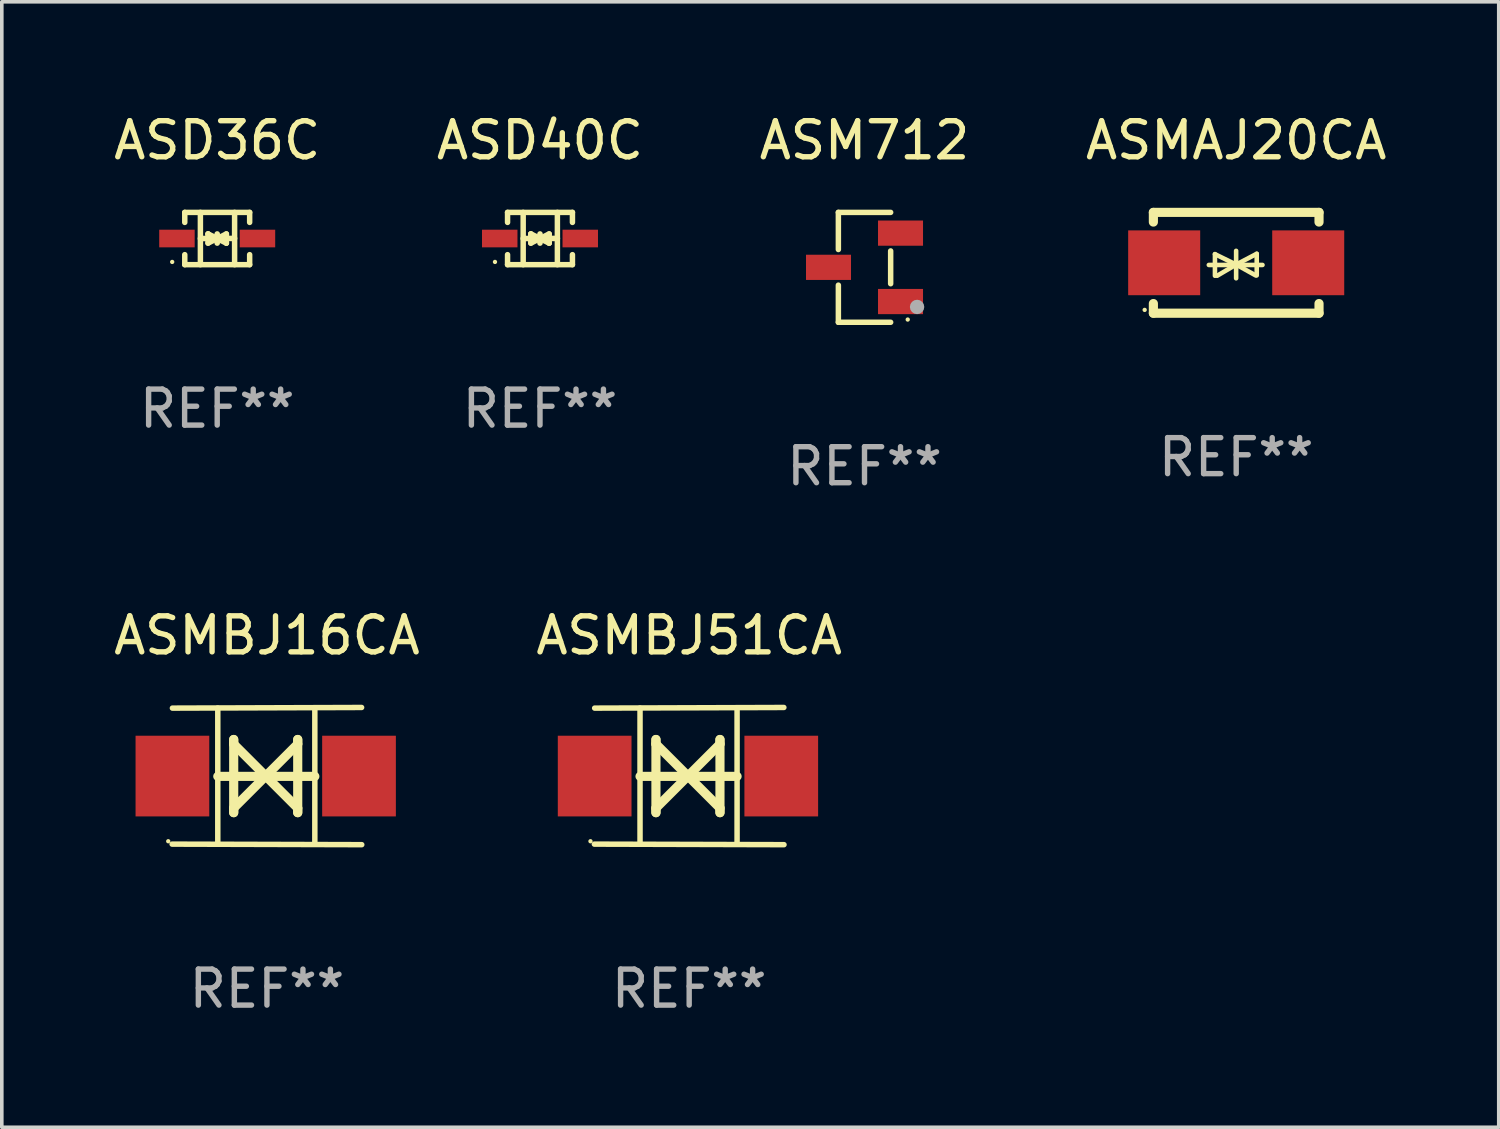
<source format=kicad_pcb>
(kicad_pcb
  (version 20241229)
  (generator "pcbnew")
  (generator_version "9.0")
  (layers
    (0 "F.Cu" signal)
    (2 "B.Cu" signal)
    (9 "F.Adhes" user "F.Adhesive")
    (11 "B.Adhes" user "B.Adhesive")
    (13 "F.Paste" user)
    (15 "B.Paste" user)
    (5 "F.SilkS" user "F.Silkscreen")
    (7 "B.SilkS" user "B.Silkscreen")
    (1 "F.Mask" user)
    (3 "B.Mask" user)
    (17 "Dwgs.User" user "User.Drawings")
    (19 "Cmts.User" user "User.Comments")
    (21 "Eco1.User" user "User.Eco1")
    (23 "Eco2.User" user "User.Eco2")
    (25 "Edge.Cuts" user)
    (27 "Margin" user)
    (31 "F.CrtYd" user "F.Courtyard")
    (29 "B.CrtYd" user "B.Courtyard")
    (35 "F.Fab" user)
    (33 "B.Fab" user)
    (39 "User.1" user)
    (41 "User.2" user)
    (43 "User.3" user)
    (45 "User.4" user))
  (footprint "ASMBJ51CA"
    (layer "F.Cu")
    (at 16.089 18.502)
    (property "Reference" "ASMBJ51CA" (at 0 -3.905 0) (layer "F.SilkS") (effects (font (size 1 1) (thickness 0.15))))
    (attr through_hole)
    (fp_line (start -1.365 1.886) (end -1.365 -1.886) (stroke (width 0.152) (type solid)) (layer "F.SilkS"))
    (fp_line (start -1.365 0.008) (end 1.33 0.008) (stroke (width 0.254) (type solid)) (layer "F.SilkS"))
    (fp_line (start -0.923 -1.016) (end -0.923 1.016) (stroke (width 0.254) (type solid)) (layer "F.SilkS"))
    (fp_line (start -0.923 -0.889) (end -0.923 -1.016) (stroke (width 0.254) (type solid)) (layer "F.SilkS"))
    (fp_line (start -0.923 0.889) (end -0.034 0) (stroke (width 0.254) (type solid)) (layer "F.SilkS"))
    (fp_line (start -0.923 1.016) (end -0.923 0.889) (stroke (width 0.254) (type solid)) (layer "F.SilkS"))
    (fp_line (start -0.034 0) (end -0.923 -0.889) (stroke (width 0.254) (type solid)) (layer "F.SilkS"))
    (fp_line (start -0.034 0) (end 0.855 0.889) (stroke (width 0.254) (type solid)) (layer "F.SilkS"))
    (fp_line (start 0.855 -1.016) (end 0.855 -0.889) (stroke (width 0.254) (type solid)) (layer "F.SilkS"))
    (fp_line (start 0.855 -0.889) (end -0.034 0) (stroke (width 0.254) (type solid)) (layer "F.SilkS"))
    (fp_line (start 0.855 0.889) (end 0.855 1.016) (stroke (width 0.254) (type solid)) (layer "F.SilkS"))
    (fp_line (start 0.855 1.016) (end 0.855 -1.016) (stroke (width 0.254) (type solid)) (layer "F.SilkS"))
    (fp_line (start 1.33 1.886) (end 1.33 -1.886) (stroke (width 0.152) (type solid)) (layer "F.SilkS"))
    (fp_line (start 2.629 -1.905) (end -2.625 -1.887) (stroke (width 0.152) (type solid)) (layer "F.SilkS"))
    (fp_line (start 2.633 1.905) (end -2.633 1.89) (stroke (width 0.152) (type solid)) (layer "F.SilkS"))
    (fp_circle (center -2.741 1.81) (end -2.711 1.81) (stroke (width 0.06) (type solid)) (fill no) (layer "F.SilkS"))
    (fp_text user "REF**" (at 0 5.905 0) (layer "F.Fab") (effects (font (size 1 1) (thickness 0.15))))
    (pad "1" smd rect (at -2.625 0) (size 2.047 2.241) (layers "F.Cu" "F.Mask" "F.Paste"))
    (pad "2" smd rect (at 2.557 0) (size 2.047 2.241) (layers "F.Cu" "F.Mask" "F.Paste")))
  (footprint "ASD40C"
    (layer "F.Cu")
    (at 11.946 3.574)
    (property "Reference" "ASD40C" (at 0 -2.726 0) (layer "F.SilkS") (effects (font (size 1 1) (thickness 0.15))))
    (attr through_hole)
    (fp_line (start -0.901 -0.726) (end -0.901 -0.448) (stroke (width 0.152) (type solid)) (layer "F.SilkS"))
    (fp_line (start -0.901 0.726) (end -0.901 0.448) (stroke (width 0.152) (type solid)) (layer "F.SilkS"))
    (fp_line (start -0.467 0) (end 0.483 -0.003) (stroke (width 0.154) (type solid)) (layer "F.SilkS"))
    (fp_line (start -0.467 0.726) (end -0.467 -0.726) (stroke (width 0.152) (type solid)) (layer "F.SilkS"))
    (fp_line (start -0.254 -0.127) (end -0.254 -0.127) (stroke (width 0.154) (type solid)) (layer "F.SilkS"))
    (fp_line (start -0.254 -0.127) (end -0.002 -0.003) (stroke (width 0.154) (type solid)) (layer "F.SilkS"))
    (fp_line (start -0.254 0.127) (end -0.254 -0.127) (stroke (width 0.154) (type solid)) (layer "F.SilkS"))
    (fp_line (start -0.127 0) (end 0.003 0) (stroke (width 0.154) (type solid)) (layer "F.SilkS"))
    (fp_line (start -0.003 0) (end -0.254 0.127) (stroke (width 0.154) (type solid)) (layer "F.SilkS"))
    (fp_line (start 0 -0.127) (end 0 0.127) (stroke (width 0.154) (type solid)) (layer "F.SilkS"))
    (fp_line (start 0.003 0) (end 0.254 -0.127) (stroke (width 0.154) (type solid)) (layer "F.SilkS"))
    (fp_line (start 0.127 0) (end -0.003 0) (stroke (width 0.154) (type solid)) (layer "F.SilkS"))
    (fp_line (start 0.254 -0.127) (end 0.254 0.127) (stroke (width 0.154) (type solid)) (layer "F.SilkS"))
    (fp_line (start 0.254 0.127) (end 0.002 0.003) (stroke (width 0.154) (type solid)) (layer "F.SilkS"))
    (fp_line (start 0.254 0.127) (end 0.254 0.127) (stroke (width 0.154) (type solid)) (layer "F.SilkS"))
    (fp_line (start 0.483 0.726) (end 0.483 -0.726) (stroke (width 0.152) (type solid)) (layer "F.SilkS"))
    (fp_line (start 0.901 -0.726) (end -0.901 -0.726) (stroke (width 0.152) (type solid)) (layer "F.SilkS"))
    (fp_line (start 0.901 -0.726) (end 0.901 -0.448) (stroke (width 0.152) (type solid)) (layer "F.SilkS"))
    (fp_line (start 0.901 0.726) (end -0.901 0.726) (stroke (width 0.152) (type solid)) (layer "F.SilkS"))
    (fp_line (start 0.901 0.726) (end 0.901 0.448) (stroke (width 0.152) (type solid)) (layer "F.SilkS"))
    (fp_circle (center -1.25 0.65) (end -1.22 0.65) (stroke (width 0.06) (type solid)) (fill no) (layer "F.SilkS"))
    (fp_text user "REF**" (at 0 4.726 0) (layer "F.Fab") (effects (font (size 1 1) (thickness 0.15))))
    (pad "1" smd rect (at -1.118 0) (size 0.985 0.49) (layers "F.Cu" "F.Mask" "F.Paste"))
    (pad "2" smd rect (at 1.118 0) (size 0.985 0.49) (layers "F.Cu" "F.Mask" "F.Paste")))
  (footprint "ASD36C"
    (layer "F.Cu")
    (at 2.982 3.574)
    (property "Reference" "ASD36C" (at 0 -2.726 0) (layer "F.SilkS") (effects (font (size 1 1) (thickness 0.15))))
    (attr through_hole)
    (fp_line (start -0.901 -0.726) (end -0.901 -0.448) (stroke (width 0.152) (type solid)) (layer "F.SilkS"))
    (fp_line (start -0.901 0.726) (end -0.901 0.448) (stroke (width 0.152) (type solid)) (layer "F.SilkS"))
    (fp_line (start -0.467 0) (end 0.483 -0.003) (stroke (width 0.154) (type solid)) (layer "F.SilkS"))
    (fp_line (start -0.467 0.726) (end -0.467 -0.726) (stroke (width 0.152) (type solid)) (layer "F.SilkS"))
    (fp_line (start -0.254 -0.127) (end -0.254 -0.127) (stroke (width 0.154) (type solid)) (layer "F.SilkS"))
    (fp_line (start -0.254 -0.127) (end -0.002 -0.003) (stroke (width 0.154) (type solid)) (layer "F.SilkS"))
    (fp_line (start -0.254 0.127) (end -0.254 -0.127) (stroke (width 0.154) (type solid)) (layer "F.SilkS"))
    (fp_line (start -0.127 0) (end 0.003 0) (stroke (width 0.154) (type solid)) (layer "F.SilkS"))
    (fp_line (start -0.003 0) (end -0.254 0.127) (stroke (width 0.154) (type solid)) (layer "F.SilkS"))
    (fp_line (start 0 -0.127) (end 0 0.127) (stroke (width 0.154) (type solid)) (layer "F.SilkS"))
    (fp_line (start 0.003 0) (end 0.254 -0.127) (stroke (width 0.154) (type solid)) (layer "F.SilkS"))
    (fp_line (start 0.127 0) (end -0.003 0) (stroke (width 0.154) (type solid)) (layer "F.SilkS"))
    (fp_line (start 0.254 -0.127) (end 0.254 0.127) (stroke (width 0.154) (type solid)) (layer "F.SilkS"))
    (fp_line (start 0.254 0.127) (end 0.002 0.003) (stroke (width 0.154) (type solid)) (layer "F.SilkS"))
    (fp_line (start 0.254 0.127) (end 0.254 0.127) (stroke (width 0.154) (type solid)) (layer "F.SilkS"))
    (fp_line (start 0.483 0.726) (end 0.483 -0.726) (stroke (width 0.152) (type solid)) (layer "F.SilkS"))
    (fp_line (start 0.901 -0.726) (end -0.901 -0.726) (stroke (width 0.152) (type solid)) (layer "F.SilkS"))
    (fp_line (start 0.901 -0.726) (end 0.901 -0.448) (stroke (width 0.152) (type solid)) (layer "F.SilkS"))
    (fp_line (start 0.901 0.726) (end -0.901 0.726) (stroke (width 0.152) (type solid)) (layer "F.SilkS"))
    (fp_line (start 0.901 0.726) (end 0.901 0.448) (stroke (width 0.152) (type solid)) (layer "F.SilkS"))
    (fp_circle (center -1.25 0.65) (end -1.22 0.65) (stroke (width 0.06) (type solid)) (fill no) (layer "F.SilkS"))
    (fp_text user "REF**" (at 0 4.726 0) (layer "F.Fab") (effects (font (size 1 1) (thickness 0.15))))
    (pad "1" smd rect (at -1.118 0) (size 0.985 0.49) (layers "F.Cu" "F.Mask" "F.Paste"))
    (pad "2" smd rect (at 1.118 0) (size 0.985 0.49) (layers "F.Cu" "F.Mask" "F.Paste")))
  (footprint "ASMBJ16CA"
    (layer "F.Cu")
    (at 4.363 18.502)
    (property "Reference" "ASMBJ16CA" (at 0 -3.905 0) (layer "F.SilkS") (effects (font (size 1 1) (thickness 0.15))))
    (attr through_hole)
    (fp_line (start -1.365 1.886) (end -1.365 -1.886) (stroke (width 0.152) (type solid)) (layer "F.SilkS"))
    (fp_line (start -1.365 0.008) (end 1.33 0.008) (stroke (width 0.254) (type solid)) (layer "F.SilkS"))
    (fp_line (start -0.923 -1.016) (end -0.923 1.016) (stroke (width 0.254) (type solid)) (layer "F.SilkS"))
    (fp_line (start -0.923 -0.889) (end -0.923 -1.016) (stroke (width 0.254) (type solid)) (layer "F.SilkS"))
    (fp_line (start -0.923 0.889) (end -0.034 0) (stroke (width 0.254) (type solid)) (layer "F.SilkS"))
    (fp_line (start -0.923 1.016) (end -0.923 0.889) (stroke (width 0.254) (type solid)) (layer "F.SilkS"))
    (fp_line (start -0.034 0) (end -0.923 -0.889) (stroke (width 0.254) (type solid)) (layer "F.SilkS"))
    (fp_line (start -0.034 0) (end 0.855 0.889) (stroke (width 0.254) (type solid)) (layer "F.SilkS"))
    (fp_line (start 0.855 -1.016) (end 0.855 -0.889) (stroke (width 0.254) (type solid)) (layer "F.SilkS"))
    (fp_line (start 0.855 -0.889) (end -0.034 0) (stroke (width 0.254) (type solid)) (layer "F.SilkS"))
    (fp_line (start 0.855 0.889) (end 0.855 1.016) (stroke (width 0.254) (type solid)) (layer "F.SilkS"))
    (fp_line (start 0.855 1.016) (end 0.855 -1.016) (stroke (width 0.254) (type solid)) (layer "F.SilkS"))
    (fp_line (start 1.33 1.886) (end 1.33 -1.886) (stroke (width 0.152) (type solid)) (layer "F.SilkS"))
    (fp_line (start 2.629 -1.905) (end -2.625 -1.887) (stroke (width 0.152) (type solid)) (layer "F.SilkS"))
    (fp_line (start 2.633 1.905) (end -2.633 1.89) (stroke (width 0.152) (type solid)) (layer "F.SilkS"))
    (fp_circle (center -2.741 1.81) (end -2.711 1.81) (stroke (width 0.06) (type solid)) (fill no) (layer "F.SilkS"))
    (fp_text user "REF**" (at 0 5.905 0) (layer "F.Fab") (effects (font (size 1 1) (thickness 0.15))))
    (pad "1" smd rect (at -2.625 0) (size 2.047 2.241) (layers "F.Cu" "F.Mask" "F.Paste"))
    (pad "2" smd rect (at 2.557 0) (size 2.047 2.241) (layers "F.Cu" "F.Mask" "F.Paste")))
  (footprint "ASM712"
    (layer "F.Cu")
    (at 20.958 4.374)
    (property "Reference" "ASM712" (at 0 -3.526 0) (layer "F.SilkS") (effects (font (size 1 1) (thickness 0.15))))
    (attr through_hole)
    (fp_line (start -0.726 -1.526) (end -0.726 -0.495) (stroke (width 0.152) (type solid)) (layer "F.SilkS"))
    (fp_line (start -0.726 1.526) (end -0.726 0.495) (stroke (width 0.152) (type solid)) (layer "F.SilkS"))
    (fp_line (start 0.726 -1.526) (end -0.726 -1.526) (stroke (width 0.152) (type solid)) (layer "F.SilkS"))
    (fp_line (start 0.726 -0.455) (end 0.726 0.455) (stroke (width 0.152) (type solid)) (layer "F.SilkS"))
    (fp_line (start 0.726 1.526) (end -0.726 1.526) (stroke (width 0.152) (type solid)) (layer "F.SilkS"))
    (fp_circle (center 1.2 1.45) (end 1.23 1.45) (stroke (width 0.06) (type solid)) (fill no) (layer "F.SilkS"))
    (fp_circle (center 1.46 1.1) (end 1.56 1.1) (stroke (width 0.2) (type solid)) (fill no) (layer "F.Fab"))
    (fp_text user "REF**" (at 0 5.526 0) (layer "F.Fab") (effects (font (size 1 1) (thickness 0.15))))
    (pad "1" smd rect (at 1 0.95) (size 1.25 0.7) (layers "F.Cu" "F.Mask" "F.Paste"))
    (pad "2" smd rect (at 1 -0.95) (size 1.25 0.7) (layers "F.Cu" "F.Mask" "F.Paste"))
    (pad "3" smd rect (at -1 0) (size 1.25 0.7) (layers "F.Cu" "F.Mask" "F.Paste")))
  (footprint "ASMAJ20CA"
    (layer "F.Cu")
    (at 31.28 4.248)
    (property "Reference" "ASMAJ20CA" (at 0 -3.4 0) (layer "F.SilkS") (effects (font (size 1 1) (thickness 0.15))))
    (attr through_hole)
    (fp_line (start -2.3 -1.4) (end -2.3 -1.131) (stroke (width 0.254) (type solid)) (layer "F.SilkS"))
    (fp_line (start -2.3 -1.4) (end 2.3 -1.4) (stroke (width 0.254) (type solid)) (layer "F.SilkS"))
    (fp_line (start -2.3 1.131) (end -2.3 1.4) (stroke (width 0.254) (type solid)) (layer "F.SilkS"))
    (fp_line (start -2.3 1.4) (end 2.3 1.4) (stroke (width 0.254) (type solid)) (layer "F.SilkS"))
    (fp_line (start -0.76 0.06) (end 0.73 0.06) (stroke (width 0.127) (type solid)) (layer "F.SilkS"))
    (fp_line (start -0.59 -0.24) (end -0.59 0.36) (stroke (width 0.127) (type solid)) (layer "F.SilkS"))
    (fp_line (start -0.59 -0.24) (end -0.002 0.049) (stroke (width 0.127) (type solid)) (layer "F.SilkS"))
    (fp_line (start -0.53 0.36) (end -0.002 0.049) (stroke (width 0.127) (type solid)) (layer "F.SilkS"))
    (fp_line (start -0.002 0.049) (end -0.002 -0.332) (stroke (width 0.127) (type solid)) (layer "F.SilkS"))
    (fp_line (start -0.002 0.049) (end -0.002 0.43) (stroke (width 0.127) (type solid)) (layer "F.SilkS"))
    (fp_line (start 0.54 0.35) (end -0.002 0.049) (stroke (width 0.127) (type solid)) (layer "F.SilkS"))
    (fp_line (start 0.57 -0.25) (end -0.002 0.049) (stroke (width 0.127) (type solid)) (layer "F.SilkS"))
    (fp_line (start 0.57 -0.25) (end 0.57 0.35) (stroke (width 0.127) (type solid)) (layer "F.SilkS"))
    (fp_line (start 2.3 -1.4) (end 2.3 -1.131) (stroke (width 0.254) (type solid)) (layer "F.SilkS"))
    (fp_line (start 2.3 1.131) (end 2.3 1.4) (stroke (width 0.254) (type solid)) (layer "F.SilkS"))
    (fp_circle (center -2.542 1.308) (end -2.512 1.308) (stroke (width 0.06) (type solid)) (fill no) (layer "F.SilkS"))
    (fp_text user "REF**" (at 0 5.4 0) (layer "F.Fab") (effects (font (size 1 1) (thickness 0.15))))
    (pad "1" smd rect (at -2 0) (size 2 1.8) (layers "F.Cu" "F.Mask" "F.Paste"))
    (pad "2" smd rect (at 2 0) (size 2 1.8) (layers "F.Cu" "F.Mask" "F.Paste")))
  (gr_rect
    (start -3 -3)
    (end 38.571 28.255)
    (stroke (width 0.1) (type default))
    (fill no)
    (layer "Edge.Cuts")))
</source>
